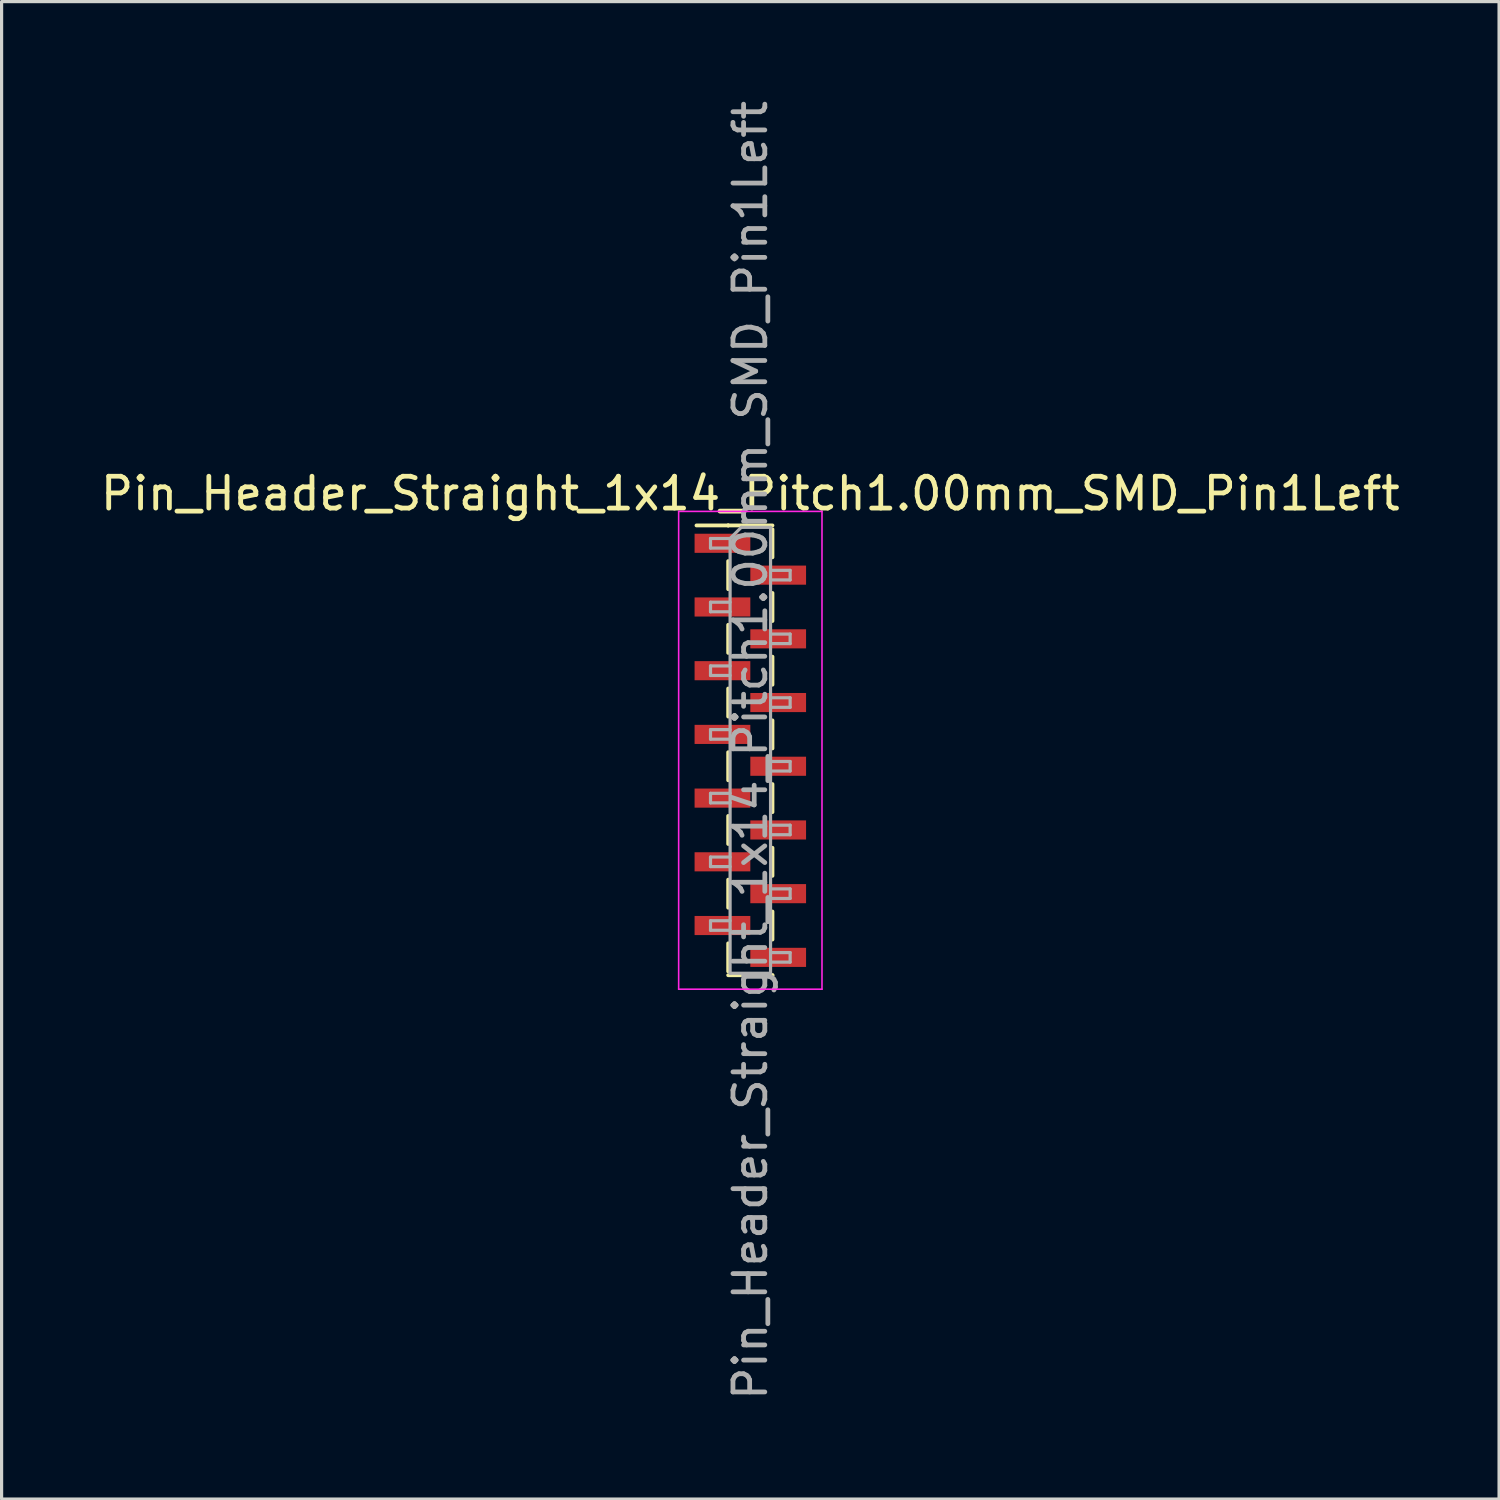
<source format=kicad_pcb>
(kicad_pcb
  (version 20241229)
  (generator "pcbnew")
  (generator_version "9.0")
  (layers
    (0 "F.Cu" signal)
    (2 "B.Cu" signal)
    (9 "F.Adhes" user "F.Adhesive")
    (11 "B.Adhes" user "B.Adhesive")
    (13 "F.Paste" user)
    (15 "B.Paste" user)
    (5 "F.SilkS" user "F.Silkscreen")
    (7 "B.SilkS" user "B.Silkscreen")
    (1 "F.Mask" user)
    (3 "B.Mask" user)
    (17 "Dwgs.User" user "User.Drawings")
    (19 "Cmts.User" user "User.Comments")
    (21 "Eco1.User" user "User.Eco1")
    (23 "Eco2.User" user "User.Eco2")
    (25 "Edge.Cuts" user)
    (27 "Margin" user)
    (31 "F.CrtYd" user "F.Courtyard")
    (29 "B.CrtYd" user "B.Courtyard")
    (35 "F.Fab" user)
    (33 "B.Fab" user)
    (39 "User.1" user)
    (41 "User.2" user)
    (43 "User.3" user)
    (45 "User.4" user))
  (footprint "Pin_Header_Straight_1x14_Pitch1.00mm_SMD_Pin1Left"
    (layer "F.Cu")
    (at 20.506 20.506)
    (property "Reference" "Pin_Header_Straight_1x14_Pitch1.00mm_SMD_Pin1Left" (at 0 -8.06 0) (layer "F.SilkS") (effects (font (size 1 1) (thickness 0.15))))
    (attr smd)
    (fp_line (start -0.695 -7.06) (end -1.69 -7.06) (stroke (width 0.12) (type solid)) (layer "F.SilkS"))
    (fp_line (start -0.695 -7.06) (end -0.695 -7.06) (stroke (width 0.12) (type solid)) (layer "F.SilkS"))
    (fp_line (start -0.695 -7.06) (end 0.695 -7.06) (stroke (width 0.12) (type solid)) (layer "F.SilkS"))
    (fp_line (start -0.695 -5.94) (end -0.695 -5.06) (stroke (width 0.12) (type solid)) (layer "F.SilkS"))
    (fp_line (start -0.695 -3.94) (end -0.695 -3.06) (stroke (width 0.12) (type solid)) (layer "F.SilkS"))
    (fp_line (start -0.695 -1.94) (end -0.695 -1.06) (stroke (width 0.12) (type solid)) (layer "F.SilkS"))
    (fp_line (start -0.695 0.06) (end -0.695 0.94) (stroke (width 0.12) (type solid)) (layer "F.SilkS"))
    (fp_line (start -0.695 2.06) (end -0.695 2.94) (stroke (width 0.12) (type solid)) (layer "F.SilkS"))
    (fp_line (start -0.695 4.06) (end -0.695 4.94) (stroke (width 0.12) (type solid)) (layer "F.SilkS"))
    (fp_line (start -0.695 6.06) (end -0.695 6.94) (stroke (width 0.12) (type solid)) (layer "F.SilkS"))
    (fp_line (start -0.695 7.06) (end 0.695 7.06) (stroke (width 0.12) (type solid)) (layer "F.SilkS"))
    (fp_line (start 0.695 -6.94) (end 0.695 -6.06) (stroke (width 0.12) (type solid)) (layer "F.SilkS"))
    (fp_line (start 0.695 -4.94) (end 0.695 -4.06) (stroke (width 0.12) (type solid)) (layer "F.SilkS"))
    (fp_line (start 0.695 -2.94) (end 0.695 -2.06) (stroke (width 0.12) (type solid)) (layer "F.SilkS"))
    (fp_line (start 0.695 -0.94) (end 0.695 -0.06) (stroke (width 0.12) (type solid)) (layer "F.SilkS"))
    (fp_line (start 0.695 1.06) (end 0.695 1.94) (stroke (width 0.12) (type solid)) (layer "F.SilkS"))
    (fp_line (start 0.695 3.06) (end 0.695 3.94) (stroke (width 0.12) (type solid)) (layer "F.SilkS"))
    (fp_line (start 0.695 5.06) (end 0.695 5.94) (stroke (width 0.12) (type solid)) (layer "F.SilkS"))
    (fp_line (start 0.695 7.06) (end 0.695 7.06) (stroke (width 0.12) (type solid)) (layer "F.SilkS"))
    (fp_line (start -2.25 -7.5) (end -2.25 7.5) (stroke (width 0.05) (type solid)) (layer "F.CrtYd"))
    (fp_line (start -2.25 7.5) (end 2.25 7.5) (stroke (width 0.05) (type solid)) (layer "F.CrtYd"))
    (fp_line (start 2.25 -7.5) (end -2.25 -7.5) (stroke (width 0.05) (type solid)) (layer "F.CrtYd"))
    (fp_line (start 2.25 7.5) (end 2.25 -7.5) (stroke (width 0.05) (type solid)) (layer "F.CrtYd"))
    (fp_line (start -1.25 -6.65) (end -1.25 -6.35) (stroke (width 0.1) (type solid)) (layer "F.Fab"))
    (fp_line (start -1.25 -6.35) (end -0.635 -6.35) (stroke (width 0.1) (type solid)) (layer "F.Fab"))
    (fp_line (start -1.25 -4.65) (end -1.25 -4.35) (stroke (width 0.1) (type solid)) (layer "F.Fab"))
    (fp_line (start -1.25 -4.35) (end -0.635 -4.35) (stroke (width 0.1) (type solid)) (layer "F.Fab"))
    (fp_line (start -1.25 -2.65) (end -1.25 -2.35) (stroke (width 0.1) (type solid)) (layer "F.Fab"))
    (fp_line (start -1.25 -2.35) (end -0.635 -2.35) (stroke (width 0.1) (type solid)) (layer "F.Fab"))
    (fp_line (start -1.25 -0.65) (end -1.25 -0.35) (stroke (width 0.1) (type solid)) (layer "F.Fab"))
    (fp_line (start -1.25 -0.35) (end -0.635 -0.35) (stroke (width 0.1) (type solid)) (layer "F.Fab"))
    (fp_line (start -1.25 1.35) (end -1.25 1.65) (stroke (width 0.1) (type solid)) (layer "F.Fab"))
    (fp_line (start -1.25 1.65) (end -0.635 1.65) (stroke (width 0.1) (type solid)) (layer "F.Fab"))
    (fp_line (start -1.25 3.35) (end -1.25 3.65) (stroke (width 0.1) (type solid)) (layer "F.Fab"))
    (fp_line (start -1.25 3.65) (end -0.635 3.65) (stroke (width 0.1) (type solid)) (layer "F.Fab"))
    (fp_line (start -1.25 5.35) (end -1.25 5.65) (stroke (width 0.1) (type solid)) (layer "F.Fab"))
    (fp_line (start -1.25 5.65) (end -0.635 5.65) (stroke (width 0.1) (type solid)) (layer "F.Fab"))
    (fp_line (start -0.635 -6.65) (end -1.25 -6.65) (stroke (width 0.1) (type solid)) (layer "F.Fab"))
    (fp_line (start -0.635 -6.65) (end -0.285 -7) (stroke (width 0.1) (type solid)) (layer "F.Fab"))
    (fp_line (start -0.635 -4.65) (end -1.25 -4.65) (stroke (width 0.1) (type solid)) (layer "F.Fab"))
    (fp_line (start -0.635 -2.65) (end -1.25 -2.65) (stroke (width 0.1) (type solid)) (layer "F.Fab"))
    (fp_line (start -0.635 -0.65) (end -1.25 -0.65) (stroke (width 0.1) (type solid)) (layer "F.Fab"))
    (fp_line (start -0.635 1.35) (end -1.25 1.35) (stroke (width 0.1) (type solid)) (layer "F.Fab"))
    (fp_line (start -0.635 3.35) (end -1.25 3.35) (stroke (width 0.1) (type solid)) (layer "F.Fab"))
    (fp_line (start -0.635 5.35) (end -1.25 5.35) (stroke (width 0.1) (type solid)) (layer "F.Fab"))
    (fp_line (start -0.635 7) (end -0.635 -6.65) (stroke (width 0.1) (type solid)) (layer "F.Fab"))
    (fp_line (start -0.285 -7) (end 0.635 -7) (stroke (width 0.1) (type solid)) (layer "F.Fab"))
    (fp_line (start 0.635 -7) (end 0.635 7) (stroke (width 0.1) (type solid)) (layer "F.Fab"))
    (fp_line (start 0.635 -5.65) (end 1.25 -5.65) (stroke (width 0.1) (type solid)) (layer "F.Fab"))
    (fp_line (start 0.635 -3.65) (end 1.25 -3.65) (stroke (width 0.1) (type solid)) (layer "F.Fab"))
    (fp_line (start 0.635 -1.65) (end 1.25 -1.65) (stroke (width 0.1) (type solid)) (layer "F.Fab"))
    (fp_line (start 0.635 0.35) (end 1.25 0.35) (stroke (width 0.1) (type solid)) (layer "F.Fab"))
    (fp_line (start 0.635 2.35) (end 1.25 2.35) (stroke (width 0.1) (type solid)) (layer "F.Fab"))
    (fp_line (start 0.635 4.35) (end 1.25 4.35) (stroke (width 0.1) (type solid)) (layer "F.Fab"))
    (fp_line (start 0.635 6.35) (end 1.25 6.35) (stroke (width 0.1) (type solid)) (layer "F.Fab"))
    (fp_line (start 0.635 7) (end -0.635 7) (stroke (width 0.1) (type solid)) (layer "F.Fab"))
    (fp_line (start 1.25 -5.65) (end 1.25 -5.35) (stroke (width 0.1) (type solid)) (layer "F.Fab"))
    (fp_line (start 1.25 -5.35) (end 0.635 -5.35) (stroke (width 0.1) (type solid)) (layer "F.Fab"))
    (fp_line (start 1.25 -3.65) (end 1.25 -3.35) (stroke (width 0.1) (type solid)) (layer "F.Fab"))
    (fp_line (start 1.25 -3.35) (end 0.635 -3.35) (stroke (width 0.1) (type solid)) (layer "F.Fab"))
    (fp_line (start 1.25 -1.65) (end 1.25 -1.35) (stroke (width 0.1) (type solid)) (layer "F.Fab"))
    (fp_line (start 1.25 -1.35) (end 0.635 -1.35) (stroke (width 0.1) (type solid)) (layer "F.Fab"))
    (fp_line (start 1.25 0.35) (end 1.25 0.65) (stroke (width 0.1) (type solid)) (layer "F.Fab"))
    (fp_line (start 1.25 0.65) (end 0.635 0.65) (stroke (width 0.1) (type solid)) (layer "F.Fab"))
    (fp_line (start 1.25 2.35) (end 1.25 2.65) (stroke (width 0.1) (type solid)) (layer "F.Fab"))
    (fp_line (start 1.25 2.65) (end 0.635 2.65) (stroke (width 0.1) (type solid)) (layer "F.Fab"))
    (fp_line (start 1.25 4.35) (end 1.25 4.65) (stroke (width 0.1) (type solid)) (layer "F.Fab"))
    (fp_line (start 1.25 4.65) (end 0.635 4.65) (stroke (width 0.1) (type solid)) (layer "F.Fab"))
    (fp_line (start 1.25 6.35) (end 1.25 6.65) (stroke (width 0.1) (type solid)) (layer "F.Fab"))
    (fp_line (start 1.25 6.65) (end 0.635 6.65) (stroke (width 0.1) (type solid)) (layer "F.Fab"))
    (fp_text user "${REFERENCE}" (at 0 0 90) (layer "F.Fab") (effects (font (size 1 1) (thickness 0.15))))
    (pad "1" smd rect (at -0.875 -6.5) (size 1.75 0.6) (layers "F.Cu" "F.Mask" "F.Paste"))
    (pad "2" smd rect (at 0.875 -5.5) (size 1.75 0.6) (layers "F.Cu" "F.Mask" "F.Paste"))
    (pad "3" smd rect (at -0.875 -4.5) (size 1.75 0.6) (layers "F.Cu" "F.Mask" "F.Paste"))
    (pad "4" smd rect (at 0.875 -3.5) (size 1.75 0.6) (layers "F.Cu" "F.Mask" "F.Paste"))
    (pad "5" smd rect (at -0.875 -2.5) (size 1.75 0.6) (layers "F.Cu" "F.Mask" "F.Paste"))
    (pad "6" smd rect (at 0.875 -1.5) (size 1.75 0.6) (layers "F.Cu" "F.Mask" "F.Paste"))
    (pad "7" smd rect (at -0.875 -0.5) (size 1.75 0.6) (layers "F.Cu" "F.Mask" "F.Paste"))
    (pad "8" smd rect (at 0.875 0.5) (size 1.75 0.6) (layers "F.Cu" "F.Mask" "F.Paste"))
    (pad "9" smd rect (at -0.875 1.5) (size 1.75 0.6) (layers "F.Cu" "F.Mask" "F.Paste"))
    (pad "10" smd rect (at 0.875 2.5) (size 1.75 0.6) (layers "F.Cu" "F.Mask" "F.Paste"))
    (pad "11" smd rect (at -0.875 3.5) (size 1.75 0.6) (layers "F.Cu" "F.Mask" "F.Paste"))
    (pad "12" smd rect (at 0.875 4.5) (size 1.75 0.6) (layers "F.Cu" "F.Mask" "F.Paste"))
    (pad "13" smd rect (at -0.875 5.5) (size 1.75 0.6) (layers "F.Cu" "F.Mask" "F.Paste"))
    (pad "14" smd rect (at 0.875 6.5) (size 1.75 0.6) (layers "F.Cu" "F.Mask" "F.Paste")))
  (gr_rect
    (start -3 -3)
    (end 44.012 44.012)
    (stroke (width 0.1) (type default))
    (fill no)
    (layer "Edge.Cuts")))
</source>
